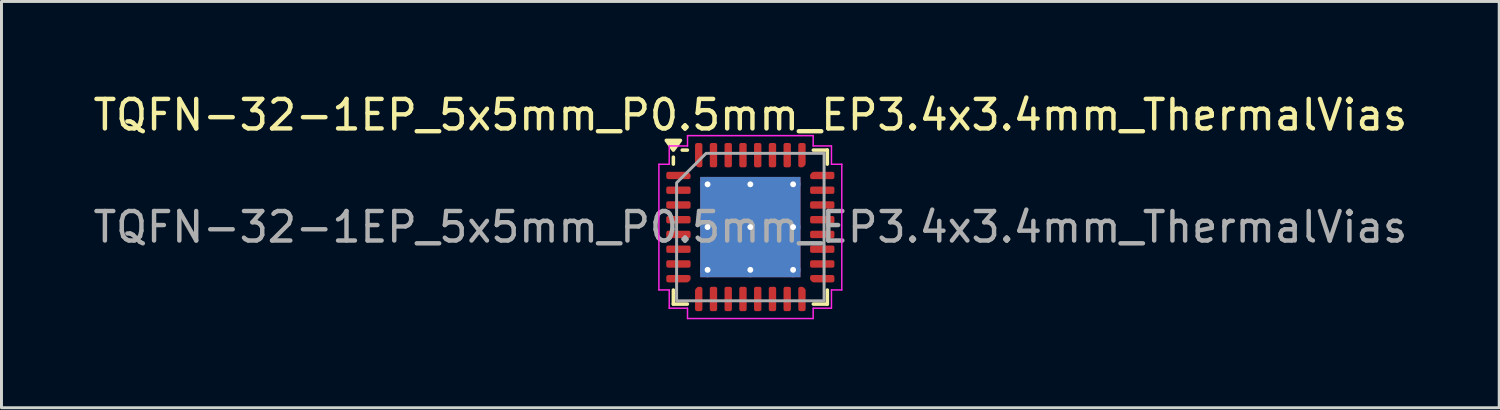
<source format=kicad_pcb>
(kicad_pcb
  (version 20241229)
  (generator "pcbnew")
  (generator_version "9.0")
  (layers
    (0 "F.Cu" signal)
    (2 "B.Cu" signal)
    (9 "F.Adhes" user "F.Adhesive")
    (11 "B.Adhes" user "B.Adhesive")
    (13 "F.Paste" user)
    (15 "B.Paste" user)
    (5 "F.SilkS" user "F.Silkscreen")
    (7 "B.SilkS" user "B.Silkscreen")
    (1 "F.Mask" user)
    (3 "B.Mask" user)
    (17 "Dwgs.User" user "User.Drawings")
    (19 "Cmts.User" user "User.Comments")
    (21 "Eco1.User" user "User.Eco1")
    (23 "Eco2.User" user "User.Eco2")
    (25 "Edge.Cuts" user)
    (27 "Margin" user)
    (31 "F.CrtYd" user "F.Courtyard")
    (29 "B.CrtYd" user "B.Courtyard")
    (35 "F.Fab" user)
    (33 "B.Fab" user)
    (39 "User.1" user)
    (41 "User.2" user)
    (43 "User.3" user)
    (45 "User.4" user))
  (footprint "TQFN-32-1EP_5x5mm_P0.5mm_EP3.4x3.4mm_ThermalVias"
    (layer "F.Cu")
    (at 22.387 4.648)
    (property "Reference" "TQFN-32-1EP_5x5mm_P0.5mm_EP3.4x3.4mm_ThermalVias" (at 0 -3.8 0) (layer "F.SilkS") (effects (font (size 1 1) (thickness 0.15))))
    (attr smd)
    (fp_line (start -2.61 -2.135) (end -2.61 -2.37) (stroke (width 0.12) (type solid)) (layer "F.SilkS"))
    (fp_line (start -2.61 2.61) (end -2.61 2.135) (stroke (width 0.12) (type solid)) (layer "F.SilkS"))
    (fp_line (start -2.135 -2.61) (end -2.31 -2.61) (stroke (width 0.12) (type solid)) (layer "F.SilkS"))
    (fp_line (start -2.135 2.61) (end -2.61 2.61) (stroke (width 0.12) (type solid)) (layer "F.SilkS"))
    (fp_line (start 2.135 -2.61) (end 2.61 -2.61) (stroke (width 0.12) (type solid)) (layer "F.SilkS"))
    (fp_line (start 2.135 2.61) (end 2.61 2.61) (stroke (width 0.12) (type solid)) (layer "F.SilkS"))
    (fp_line (start 2.61 -2.61) (end 2.61 -2.135) (stroke (width 0.12) (type solid)) (layer "F.SilkS"))
    (fp_line (start 2.61 2.61) (end 2.61 2.135) (stroke (width 0.12) (type solid)) (layer "F.SilkS"))
    (fp_poly (pts (xy -2.61 -2.61) (xy -2.85 -2.94) (xy -2.37 -2.94)) (stroke (width 0.12) (type solid)) (fill yes) (layer "F.SilkS"))
    (fp_line (start -3.1 -2.13) (end -2.75 -2.13) (stroke (width 0.05) (type solid)) (layer "F.CrtYd"))
    (fp_line (start -3.1 2.13) (end -3.1 -2.13) (stroke (width 0.05) (type solid)) (layer "F.CrtYd"))
    (fp_line (start -2.75 -2.75) (end -2.13 -2.75) (stroke (width 0.05) (type solid)) (layer "F.CrtYd"))
    (fp_line (start -2.75 -2.13) (end -2.75 -2.75) (stroke (width 0.05) (type solid)) (layer "F.CrtYd"))
    (fp_line (start -2.75 2.13) (end -3.1 2.13) (stroke (width 0.05) (type solid)) (layer "F.CrtYd"))
    (fp_line (start -2.75 2.75) (end -2.75 2.13) (stroke (width 0.05) (type solid)) (layer "F.CrtYd"))
    (fp_line (start -2.13 -3.1) (end 2.13 -3.1) (stroke (width 0.05) (type solid)) (layer "F.CrtYd"))
    (fp_line (start -2.13 -2.75) (end -2.13 -3.1) (stroke (width 0.05) (type solid)) (layer "F.CrtYd"))
    (fp_line (start -2.13 2.75) (end -2.75 2.75) (stroke (width 0.05) (type solid)) (layer "F.CrtYd"))
    (fp_line (start -2.13 3.1) (end -2.13 2.75) (stroke (width 0.05) (type solid)) (layer "F.CrtYd"))
    (fp_line (start 2.13 -3.1) (end 2.13 -2.75) (stroke (width 0.05) (type solid)) (layer "F.CrtYd"))
    (fp_line (start 2.13 -2.75) (end 2.75 -2.75) (stroke (width 0.05) (type solid)) (layer "F.CrtYd"))
    (fp_line (start 2.13 2.75) (end 2.13 3.1) (stroke (width 0.05) (type solid)) (layer "F.CrtYd"))
    (fp_line (start 2.13 3.1) (end -2.13 3.1) (stroke (width 0.05) (type solid)) (layer "F.CrtYd"))
    (fp_line (start 2.75 -2.75) (end 2.75 -2.13) (stroke (width 0.05) (type solid)) (layer "F.CrtYd"))
    (fp_line (start 2.75 -2.13) (end 3.1 -2.13) (stroke (width 0.05) (type solid)) (layer "F.CrtYd"))
    (fp_line (start 2.75 2.13) (end 2.75 2.75) (stroke (width 0.05) (type solid)) (layer "F.CrtYd"))
    (fp_line (start 2.75 2.75) (end 2.13 2.75) (stroke (width 0.05) (type solid)) (layer "F.CrtYd"))
    (fp_line (start 3.1 -2.13) (end 3.1 2.13) (stroke (width 0.05) (type solid)) (layer "F.CrtYd"))
    (fp_line (start 3.1 2.13) (end 2.75 2.13) (stroke (width 0.05) (type solid)) (layer "F.CrtYd"))
    (fp_poly (pts (xy -2.5 -1.5) (xy -2.5 2.5) (xy 2.5 2.5) (xy 2.5 -2.5) (xy -1.5 -2.5)) (stroke (width 0.1) (type solid)) (fill no) (layer "F.Fab"))
    (fp_text user "${REFERENCE}" (at 0 0 0) (layer "F.Fab") (effects (font (size 1 1) (thickness 0.15))))
    (pad "" smd roundrect (at -0.85 -0.85) (size 1.47 1.47) (layers "F.Paste") (roundrect_rratio 0.17))
    (pad "" smd roundrect (at -0.85 0.85) (size 1.47 1.47) (layers "F.Paste") (roundrect_rratio 0.17))
    (pad "" smd roundrect (at 0.85 -0.85) (size 1.47 1.47) (layers "F.Paste") (roundrect_rratio 0.17))
    (pad "" smd roundrect (at 0.85 0.85) (size 1.47 1.47) (layers "F.Paste") (roundrect_rratio 0.17))
    (pad "1" smd custom (at -2.438 -1.75) (size 0.186 0.186) (layers "F.Cu" "F.Mask" "F.Paste") (options (anchor circle)) (primitives (gr_poly (pts (xy -0.35 -0.062) (xy 0.297 -0.062) (xy 0.35 -0.009) (xy 0.35 0.062) (xy -0.35 0.062)) (width 0.125) (fill yes))))
    (pad "2" smd roundrect (at -2.438 -1.25) (size 0.825 0.25) (layers "F.Cu" "F.Mask" "F.Paste") (roundrect_rratio 0.25))
    (pad "3" smd roundrect (at -2.438 -0.75) (size 0.825 0.25) (layers "F.Cu" "F.Mask" "F.Paste") (roundrect_rratio 0.25))
    (pad "4" smd roundrect (at -2.438 -0.25) (size 0.825 0.25) (layers "F.Cu" "F.Mask" "F.Paste") (roundrect_rratio 0.25))
    (pad "5" smd roundrect (at -2.438 0.25) (size 0.825 0.25) (layers "F.Cu" "F.Mask" "F.Paste") (roundrect_rratio 0.25))
    (pad "6" smd roundrect (at -2.438 0.75) (size 0.825 0.25) (layers "F.Cu" "F.Mask" "F.Paste") (roundrect_rratio 0.25))
    (pad "7" smd roundrect (at -2.438 1.25) (size 0.825 0.25) (layers "F.Cu" "F.Mask" "F.Paste") (roundrect_rratio 0.25))
    (pad "8" smd custom (at -2.438 1.75) (size 0.186 0.186) (layers "F.Cu" "F.Mask" "F.Paste") (options (anchor circle)) (primitives (gr_poly (pts (xy -0.35 -0.062) (xy 0.35 -0.062) (xy 0.35 0.009) (xy 0.297 0.062) (xy -0.35 0.062)) (width 0.125) (fill yes))))
    (pad "9" smd custom (at -1.75 2.438) (size 0.186 0.186) (layers "F.Cu" "F.Mask" "F.Paste") (options (anchor circle)) (primitives (gr_poly (pts (xy -0.062 -0.297) (xy -0.009 -0.35) (xy 0.062 -0.35) (xy 0.062 0.35) (xy -0.062 0.35)) (width 0.125) (fill yes))))
    (pad "10" smd roundrect (at -1.25 2.438) (size 0.25 0.825) (layers "F.Cu" "F.Mask" "F.Paste") (roundrect_rratio 0.25))
    (pad "11" smd roundrect (at -0.75 2.438) (size 0.25 0.825) (layers "F.Cu" "F.Mask" "F.Paste") (roundrect_rratio 0.25))
    (pad "12" smd roundrect (at -0.25 2.438) (size 0.25 0.825) (layers "F.Cu" "F.Mask" "F.Paste") (roundrect_rratio 0.25))
    (pad "13" smd roundrect (at 0.25 2.438) (size 0.25 0.825) (layers "F.Cu" "F.Mask" "F.Paste") (roundrect_rratio 0.25))
    (pad "14" smd roundrect (at 0.75 2.438) (size 0.25 0.825) (layers "F.Cu" "F.Mask" "F.Paste") (roundrect_rratio 0.25))
    (pad "15" smd roundrect (at 1.25 2.438) (size 0.25 0.825) (layers "F.Cu" "F.Mask" "F.Paste") (roundrect_rratio 0.25))
    (pad "16" smd custom (at 1.75 2.438) (size 0.186 0.186) (layers "F.Cu" "F.Mask" "F.Paste") (options (anchor circle)) (primitives (gr_poly (pts (xy -0.062 -0.35) (xy 0.009 -0.35) (xy 0.062 -0.297) (xy 0.062 0.35) (xy -0.062 0.35)) (width 0.125) (fill yes))))
    (pad "17" smd custom (at 2.438 1.75) (size 0.186 0.186) (layers "F.Cu" "F.Mask" "F.Paste") (options (anchor circle)) (primitives (gr_poly (pts (xy -0.35 -0.062) (xy 0.35 -0.062) (xy 0.35 0.062) (xy -0.297 0.062) (xy -0.35 0.009)) (width 0.125) (fill yes))))
    (pad "18" smd roundrect (at 2.438 1.25) (size 0.825 0.25) (layers "F.Cu" "F.Mask" "F.Paste") (roundrect_rratio 0.25))
    (pad "19" smd roundrect (at 2.438 0.75) (size 0.825 0.25) (layers "F.Cu" "F.Mask" "F.Paste") (roundrect_rratio 0.25))
    (pad "20" smd roundrect (at 2.438 0.25) (size 0.825 0.25) (layers "F.Cu" "F.Mask" "F.Paste") (roundrect_rratio 0.25))
    (pad "21" smd roundrect (at 2.438 -0.25) (size 0.825 0.25) (layers "F.Cu" "F.Mask" "F.Paste") (roundrect_rratio 0.25))
    (pad "22" smd roundrect (at 2.438 -0.75) (size 0.825 0.25) (layers "F.Cu" "F.Mask" "F.Paste") (roundrect_rratio 0.25))
    (pad "23" smd roundrect (at 2.438 -1.25) (size 0.825 0.25) (layers "F.Cu" "F.Mask" "F.Paste") (roundrect_rratio 0.25))
    (pad "24" smd custom (at 2.438 -1.75) (size 0.186 0.186) (layers "F.Cu" "F.Mask" "F.Paste") (options (anchor circle)) (primitives (gr_poly (pts (xy -0.35 -0.009) (xy -0.297 -0.062) (xy 0.35 -0.062) (xy 0.35 0.062) (xy -0.35 0.062)) (width 0.125) (fill yes))))
    (pad "25" smd custom (at 1.75 -2.438) (size 0.186 0.186) (layers "F.Cu" "F.Mask" "F.Paste") (options (anchor circle)) (primitives (gr_poly (pts (xy -0.062 -0.35) (xy 0.062 -0.35) (xy 0.062 0.297) (xy 0.009 0.35) (xy -0.062 0.35)) (width 0.125) (fill yes))))
    (pad "26" smd roundrect (at 1.25 -2.438) (size 0.25 0.825) (layers "F.Cu" "F.Mask" "F.Paste") (roundrect_rratio 0.25))
    (pad "27" smd roundrect (at 0.75 -2.438) (size 0.25 0.825) (layers "F.Cu" "F.Mask" "F.Paste") (roundrect_rratio 0.25))
    (pad "28" smd roundrect (at 0.25 -2.438) (size 0.25 0.825) (layers "F.Cu" "F.Mask" "F.Paste") (roundrect_rratio 0.25))
    (pad "29" smd roundrect (at -0.25 -2.438) (size 0.25 0.825) (layers "F.Cu" "F.Mask" "F.Paste") (roundrect_rratio 0.25))
    (pad "30" smd roundrect (at -0.75 -2.438) (size 0.25 0.825) (layers "F.Cu" "F.Mask" "F.Paste") (roundrect_rratio 0.25))
    (pad "31" smd roundrect (at -1.25 -2.438) (size 0.25 0.825) (layers "F.Cu" "F.Mask" "F.Paste") (roundrect_rratio 0.25))
    (pad "32" smd custom (at -1.75 -2.438) (size 0.186 0.186) (layers "F.Cu" "F.Mask" "F.Paste") (options (anchor circle)) (primitives (gr_poly (pts (xy -0.062 -0.35) (xy 0.062 -0.35) (xy 0.062 0.35) (xy -0.009 0.35) (xy -0.062 0.297)) (width 0.125) (fill yes))))
    (pad "33" thru_hole circle (at -1.45 -1.45) (size 0.5 0.5) (drill 0.2) (property pad_prop_heatsink) (layers "*.Cu"))
    (pad "33" thru_hole circle (at -1.45 0) (size 0.5 0.5) (drill 0.2) (property pad_prop_heatsink) (layers "*.Cu"))
    (pad "33" thru_hole circle (at -1.45 1.45) (size 0.5 0.5) (drill 0.2) (property pad_prop_heatsink) (layers "*.Cu"))
    (pad "33" thru_hole circle (at 0 -1.45) (size 0.5 0.5) (drill 0.2) (property pad_prop_heatsink) (layers "*.Cu"))
    (pad "33" thru_hole circle (at 0 0) (size 0.5 0.5) (drill 0.2) (property pad_prop_heatsink) (layers "*.Cu"))
    (pad "33" smd rect (at 0 0) (size 3.4 3.4) (property pad_prop_heatsink) (layers "F.Cu" "F.Mask"))
    (pad "33" smd rect (at 0 0) (size 3.4 3.4) (property pad_prop_heatsink) (layers "B.Cu"))
    (pad "33" thru_hole circle (at 0 1.45) (size 0.5 0.5) (drill 0.2) (property pad_prop_heatsink) (layers "*.Cu"))
    (pad "33" thru_hole circle (at 1.45 -1.45) (size 0.5 0.5) (drill 0.2) (property pad_prop_heatsink) (layers "*.Cu"))
    (pad "33" thru_hole circle (at 1.45 0) (size 0.5 0.5) (drill 0.2) (property pad_prop_heatsink) (layers "*.Cu"))
    (pad "33" thru_hole circle (at 1.45 1.45) (size 0.5 0.5) (drill 0.2) (property pad_prop_heatsink) (layers "*.Cu")))
  (gr_rect
    (start -3 -3)
    (end 47.774 10.773)
    (stroke (width 0.1) (type default))
    (fill no)
    (layer "Edge.Cuts")))
</source>
